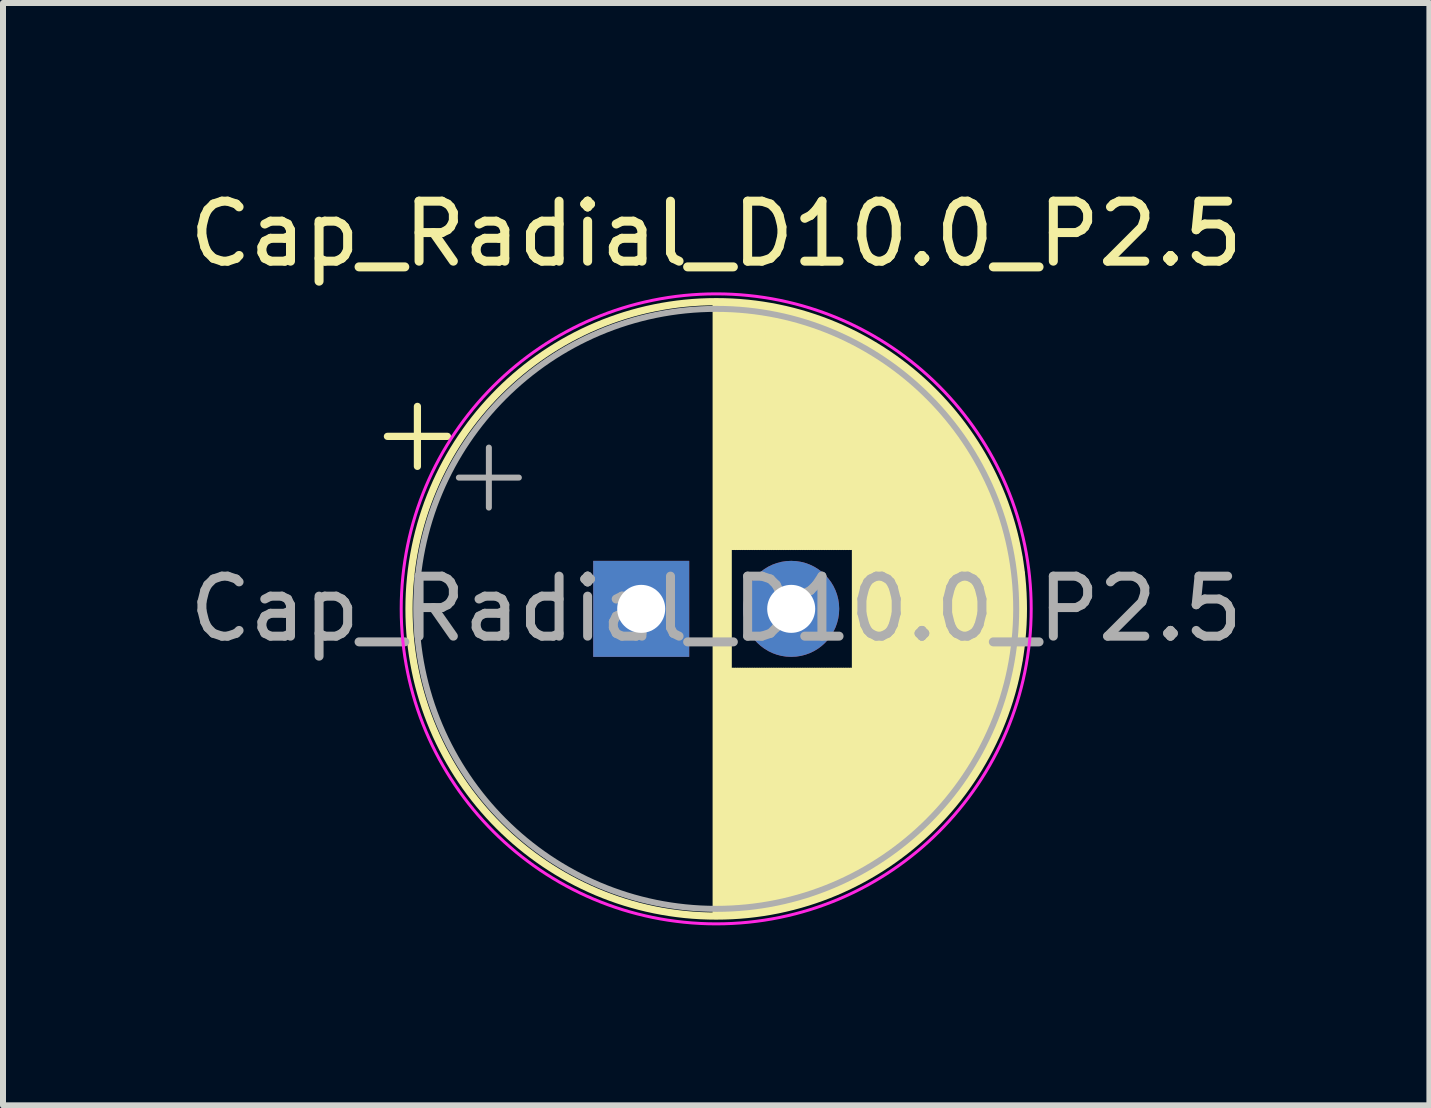
<source format=kicad_pcb>
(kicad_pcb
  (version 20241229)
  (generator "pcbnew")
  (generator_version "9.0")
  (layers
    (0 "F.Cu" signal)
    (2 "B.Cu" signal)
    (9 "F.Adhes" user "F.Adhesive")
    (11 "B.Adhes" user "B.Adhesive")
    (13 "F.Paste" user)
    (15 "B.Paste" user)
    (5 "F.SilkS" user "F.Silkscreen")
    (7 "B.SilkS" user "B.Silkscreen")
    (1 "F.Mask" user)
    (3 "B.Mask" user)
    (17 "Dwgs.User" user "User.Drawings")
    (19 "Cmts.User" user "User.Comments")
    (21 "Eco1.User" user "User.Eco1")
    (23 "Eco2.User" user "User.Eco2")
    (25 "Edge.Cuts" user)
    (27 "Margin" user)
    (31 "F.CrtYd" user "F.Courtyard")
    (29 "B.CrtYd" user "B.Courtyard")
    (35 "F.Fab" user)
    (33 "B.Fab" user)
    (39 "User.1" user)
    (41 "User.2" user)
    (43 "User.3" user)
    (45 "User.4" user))
  (footprint "Cap_Radial_D10.0_P2.5"
    (layer "F.Cu")
    (at 7.637 7.098)
    (property "Reference" "Cap_Radial_D10.0_P2.5" (at 1.25 -6.25 0) (layer "F.SilkS") (effects (font (size 1 1) (thickness 0.15))))
    (attr through_hole)
    (fp_line (start -4.23 -2.875) (end -3.23 -2.875) (stroke (width 0.12) (type solid)) (layer "F.SilkS"))
    (fp_line (start -3.73 -3.375) (end -3.73 -2.375) (stroke (width 0.12) (type solid)) (layer "F.SilkS"))
    (fp_line (start 1.25 -5.08) (end 1.25 5.08) (stroke (width 0.12) (type solid)) (layer "F.SilkS"))
    (fp_line (start 1.29 -5.08) (end 1.29 5.08) (stroke (width 0.12) (type solid)) (layer "F.SilkS"))
    (fp_line (start 1.33 -5.08) (end 1.33 5.08) (stroke (width 0.12) (type solid)) (layer "F.SilkS"))
    (fp_line (start 1.37 -5.079) (end 1.37 5.079) (stroke (width 0.12) (type solid)) (layer "F.SilkS"))
    (fp_line (start 1.41 -5.078) (end 1.41 5.078) (stroke (width 0.12) (type solid)) (layer "F.SilkS"))
    (fp_line (start 1.45 -5.077) (end 1.45 5.077) (stroke (width 0.12) (type solid)) (layer "F.SilkS"))
    (fp_line (start 1.49 -5.075) (end 1.49 -1.04) (stroke (width 0.12) (type solid)) (layer "F.SilkS"))
    (fp_line (start 1.49 1.04) (end 1.49 5.075) (stroke (width 0.12) (type solid)) (layer "F.SilkS"))
    (fp_line (start 1.53 -5.073) (end 1.53 -1.04) (stroke (width 0.12) (type solid)) (layer "F.SilkS"))
    (fp_line (start 1.53 1.04) (end 1.53 5.073) (stroke (width 0.12) (type solid)) (layer "F.SilkS"))
    (fp_line (start 1.57 -5.07) (end 1.57 -1.04) (stroke (width 0.12) (type solid)) (layer "F.SilkS"))
    (fp_line (start 1.57 1.04) (end 1.57 5.07) (stroke (width 0.12) (type solid)) (layer "F.SilkS"))
    (fp_line (start 1.61 -5.068) (end 1.61 -1.04) (stroke (width 0.12) (type solid)) (layer "F.SilkS"))
    (fp_line (start 1.61 1.04) (end 1.61 5.068) (stroke (width 0.12) (type solid)) (layer "F.SilkS"))
    (fp_line (start 1.65 -5.065) (end 1.65 -1.04) (stroke (width 0.12) (type solid)) (layer "F.SilkS"))
    (fp_line (start 1.65 1.04) (end 1.65 5.065) (stroke (width 0.12) (type solid)) (layer "F.SilkS"))
    (fp_line (start 1.69 -5.062) (end 1.69 -1.04) (stroke (width 0.12) (type solid)) (layer "F.SilkS"))
    (fp_line (start 1.69 1.04) (end 1.69 5.062) (stroke (width 0.12) (type solid)) (layer "F.SilkS"))
    (fp_line (start 1.73 -5.058) (end 1.73 -1.04) (stroke (width 0.12) (type solid)) (layer "F.SilkS"))
    (fp_line (start 1.73 1.04) (end 1.73 5.058) (stroke (width 0.12) (type solid)) (layer "F.SilkS"))
    (fp_line (start 1.77 -5.054) (end 1.77 -1.04) (stroke (width 0.12) (type solid)) (layer "F.SilkS"))
    (fp_line (start 1.77 1.04) (end 1.77 5.054) (stroke (width 0.12) (type solid)) (layer "F.SilkS"))
    (fp_line (start 1.81 -5.05) (end 1.81 -1.04) (stroke (width 0.12) (type solid)) (layer "F.SilkS"))
    (fp_line (start 1.81 1.04) (end 1.81 5.05) (stroke (width 0.12) (type solid)) (layer "F.SilkS"))
    (fp_line (start 1.85 -5.045) (end 1.85 -1.04) (stroke (width 0.12) (type solid)) (layer "F.SilkS"))
    (fp_line (start 1.85 1.04) (end 1.85 5.045) (stroke (width 0.12) (type solid)) (layer "F.SilkS"))
    (fp_line (start 1.89 -5.04) (end 1.89 -1.04) (stroke (width 0.12) (type solid)) (layer "F.SilkS"))
    (fp_line (start 1.89 1.04) (end 1.89 5.04) (stroke (width 0.12) (type solid)) (layer "F.SilkS"))
    (fp_line (start 1.93 -5.035) (end 1.93 -1.04) (stroke (width 0.12) (type solid)) (layer "F.SilkS"))
    (fp_line (start 1.93 1.04) (end 1.93 5.035) (stroke (width 0.12) (type solid)) (layer "F.SilkS"))
    (fp_line (start 1.971 -5.03) (end 1.971 -1.04) (stroke (width 0.12) (type solid)) (layer "F.SilkS"))
    (fp_line (start 1.971 1.04) (end 1.971 5.03) (stroke (width 0.12) (type solid)) (layer "F.SilkS"))
    (fp_line (start 2.011 -5.024) (end 2.011 -1.04) (stroke (width 0.12) (type solid)) (layer "F.SilkS"))
    (fp_line (start 2.011 1.04) (end 2.011 5.024) (stroke (width 0.12) (type solid)) (layer "F.SilkS"))
    (fp_line (start 2.051 -5.018) (end 2.051 -1.04) (stroke (width 0.12) (type solid)) (layer "F.SilkS"))
    (fp_line (start 2.051 1.04) (end 2.051 5.018) (stroke (width 0.12) (type solid)) (layer "F.SilkS"))
    (fp_line (start 2.091 -5.011) (end 2.091 -1.04) (stroke (width 0.12) (type solid)) (layer "F.SilkS"))
    (fp_line (start 2.091 1.04) (end 2.091 5.011) (stroke (width 0.12) (type solid)) (layer "F.SilkS"))
    (fp_line (start 2.131 -5.004) (end 2.131 -1.04) (stroke (width 0.12) (type solid)) (layer "F.SilkS"))
    (fp_line (start 2.131 1.04) (end 2.131 5.004) (stroke (width 0.12) (type solid)) (layer "F.SilkS"))
    (fp_line (start 2.171 -4.997) (end 2.171 -1.04) (stroke (width 0.12) (type solid)) (layer "F.SilkS"))
    (fp_line (start 2.171 1.04) (end 2.171 4.997) (stroke (width 0.12) (type solid)) (layer "F.SilkS"))
    (fp_line (start 2.211 -4.99) (end 2.211 -1.04) (stroke (width 0.12) (type solid)) (layer "F.SilkS"))
    (fp_line (start 2.211 1.04) (end 2.211 4.99) (stroke (width 0.12) (type solid)) (layer "F.SilkS"))
    (fp_line (start 2.251 -4.982) (end 2.251 -1.04) (stroke (width 0.12) (type solid)) (layer "F.SilkS"))
    (fp_line (start 2.251 1.04) (end 2.251 4.982) (stroke (width 0.12) (type solid)) (layer "F.SilkS"))
    (fp_line (start 2.291 -4.974) (end 2.291 -1.04) (stroke (width 0.12) (type solid)) (layer "F.SilkS"))
    (fp_line (start 2.291 1.04) (end 2.291 4.974) (stroke (width 0.12) (type solid)) (layer "F.SilkS"))
    (fp_line (start 2.331 -4.965) (end 2.331 -1.04) (stroke (width 0.12) (type solid)) (layer "F.SilkS"))
    (fp_line (start 2.331 1.04) (end 2.331 4.965) (stroke (width 0.12) (type solid)) (layer "F.SilkS"))
    (fp_line (start 2.371 -4.956) (end 2.371 -1.04) (stroke (width 0.12) (type solid)) (layer "F.SilkS"))
    (fp_line (start 2.371 1.04) (end 2.371 4.956) (stroke (width 0.12) (type solid)) (layer "F.SilkS"))
    (fp_line (start 2.411 -4.947) (end 2.411 -1.04) (stroke (width 0.12) (type solid)) (layer "F.SilkS"))
    (fp_line (start 2.411 1.04) (end 2.411 4.947) (stroke (width 0.12) (type solid)) (layer "F.SilkS"))
    (fp_line (start 2.451 -4.938) (end 2.451 -1.04) (stroke (width 0.12) (type solid)) (layer "F.SilkS"))
    (fp_line (start 2.451 1.04) (end 2.451 4.938) (stroke (width 0.12) (type solid)) (layer "F.SilkS"))
    (fp_line (start 2.491 -4.928) (end 2.491 -1.04) (stroke (width 0.12) (type solid)) (layer "F.SilkS"))
    (fp_line (start 2.491 1.04) (end 2.491 4.928) (stroke (width 0.12) (type solid)) (layer "F.SilkS"))
    (fp_line (start 2.531 -4.918) (end 2.531 -1.04) (stroke (width 0.12) (type solid)) (layer "F.SilkS"))
    (fp_line (start 2.531 1.04) (end 2.531 4.918) (stroke (width 0.12) (type solid)) (layer "F.SilkS"))
    (fp_line (start 2.571 -4.907) (end 2.571 -1.04) (stroke (width 0.12) (type solid)) (layer "F.SilkS"))
    (fp_line (start 2.571 1.04) (end 2.571 4.907) (stroke (width 0.12) (type solid)) (layer "F.SilkS"))
    (fp_line (start 2.611 -4.897) (end 2.611 -1.04) (stroke (width 0.12) (type solid)) (layer "F.SilkS"))
    (fp_line (start 2.611 1.04) (end 2.611 4.897) (stroke (width 0.12) (type solid)) (layer "F.SilkS"))
    (fp_line (start 2.651 -4.885) (end 2.651 -1.04) (stroke (width 0.12) (type solid)) (layer "F.SilkS"))
    (fp_line (start 2.651 1.04) (end 2.651 4.885) (stroke (width 0.12) (type solid)) (layer "F.SilkS"))
    (fp_line (start 2.691 -4.874) (end 2.691 -1.04) (stroke (width 0.12) (type solid)) (layer "F.SilkS"))
    (fp_line (start 2.691 1.04) (end 2.691 4.874) (stroke (width 0.12) (type solid)) (layer "F.SilkS"))
    (fp_line (start 2.731 -4.862) (end 2.731 -1.04) (stroke (width 0.12) (type solid)) (layer "F.SilkS"))
    (fp_line (start 2.731 1.04) (end 2.731 4.862) (stroke (width 0.12) (type solid)) (layer "F.SilkS"))
    (fp_line (start 2.771 -4.85) (end 2.771 -1.04) (stroke (width 0.12) (type solid)) (layer "F.SilkS"))
    (fp_line (start 2.771 1.04) (end 2.771 4.85) (stroke (width 0.12) (type solid)) (layer "F.SilkS"))
    (fp_line (start 2.811 -4.837) (end 2.811 -1.04) (stroke (width 0.12) (type solid)) (layer "F.SilkS"))
    (fp_line (start 2.811 1.04) (end 2.811 4.837) (stroke (width 0.12) (type solid)) (layer "F.SilkS"))
    (fp_line (start 2.851 -4.824) (end 2.851 -1.04) (stroke (width 0.12) (type solid)) (layer "F.SilkS"))
    (fp_line (start 2.851 1.04) (end 2.851 4.824) (stroke (width 0.12) (type solid)) (layer "F.SilkS"))
    (fp_line (start 2.891 -4.811) (end 2.891 -1.04) (stroke (width 0.12) (type solid)) (layer "F.SilkS"))
    (fp_line (start 2.891 1.04) (end 2.891 4.811) (stroke (width 0.12) (type solid)) (layer "F.SilkS"))
    (fp_line (start 2.931 -4.797) (end 2.931 -1.04) (stroke (width 0.12) (type solid)) (layer "F.SilkS"))
    (fp_line (start 2.931 1.04) (end 2.931 4.797) (stroke (width 0.12) (type solid)) (layer "F.SilkS"))
    (fp_line (start 2.971 -4.783) (end 2.971 -1.04) (stroke (width 0.12) (type solid)) (layer "F.SilkS"))
    (fp_line (start 2.971 1.04) (end 2.971 4.783) (stroke (width 0.12) (type solid)) (layer "F.SilkS"))
    (fp_line (start 3.011 -4.768) (end 3.011 -1.04) (stroke (width 0.12) (type solid)) (layer "F.SilkS"))
    (fp_line (start 3.011 1.04) (end 3.011 4.768) (stroke (width 0.12) (type solid)) (layer "F.SilkS"))
    (fp_line (start 3.051 -4.754) (end 3.051 -1.04) (stroke (width 0.12) (type solid)) (layer "F.SilkS"))
    (fp_line (start 3.051 1.04) (end 3.051 4.754) (stroke (width 0.12) (type solid)) (layer "F.SilkS"))
    (fp_line (start 3.091 -4.738) (end 3.091 -1.04) (stroke (width 0.12) (type solid)) (layer "F.SilkS"))
    (fp_line (start 3.091 1.04) (end 3.091 4.738) (stroke (width 0.12) (type solid)) (layer "F.SilkS"))
    (fp_line (start 3.131 -4.723) (end 3.131 -1.04) (stroke (width 0.12) (type solid)) (layer "F.SilkS"))
    (fp_line (start 3.131 1.04) (end 3.131 4.723) (stroke (width 0.12) (type solid)) (layer "F.SilkS"))
    (fp_line (start 3.171 -4.707) (end 3.171 -1.04) (stroke (width 0.12) (type solid)) (layer "F.SilkS"))
    (fp_line (start 3.171 1.04) (end 3.171 4.707) (stroke (width 0.12) (type solid)) (layer "F.SilkS"))
    (fp_line (start 3.211 -4.69) (end 3.211 -1.04) (stroke (width 0.12) (type solid)) (layer "F.SilkS"))
    (fp_line (start 3.211 1.04) (end 3.211 4.69) (stroke (width 0.12) (type solid)) (layer "F.SilkS"))
    (fp_line (start 3.251 -4.674) (end 3.251 -1.04) (stroke (width 0.12) (type solid)) (layer "F.SilkS"))
    (fp_line (start 3.251 1.04) (end 3.251 4.674) (stroke (width 0.12) (type solid)) (layer "F.SilkS"))
    (fp_line (start 3.291 -4.657) (end 3.291 -1.04) (stroke (width 0.12) (type solid)) (layer "F.SilkS"))
    (fp_line (start 3.291 1.04) (end 3.291 4.657) (stroke (width 0.12) (type solid)) (layer "F.SilkS"))
    (fp_line (start 3.331 -4.639) (end 3.331 -1.04) (stroke (width 0.12) (type solid)) (layer "F.SilkS"))
    (fp_line (start 3.331 1.04) (end 3.331 4.639) (stroke (width 0.12) (type solid)) (layer "F.SilkS"))
    (fp_line (start 3.371 -4.621) (end 3.371 -1.04) (stroke (width 0.12) (type solid)) (layer "F.SilkS"))
    (fp_line (start 3.371 1.04) (end 3.371 4.621) (stroke (width 0.12) (type solid)) (layer "F.SilkS"))
    (fp_line (start 3.411 -4.603) (end 3.411 -1.04) (stroke (width 0.12) (type solid)) (layer "F.SilkS"))
    (fp_line (start 3.411 1.04) (end 3.411 4.603) (stroke (width 0.12) (type solid)) (layer "F.SilkS"))
    (fp_line (start 3.451 -4.584) (end 3.451 -1.04) (stroke (width 0.12) (type solid)) (layer "F.SilkS"))
    (fp_line (start 3.451 1.04) (end 3.451 4.584) (stroke (width 0.12) (type solid)) (layer "F.SilkS"))
    (fp_line (start 3.491 -4.564) (end 3.491 -1.04) (stroke (width 0.12) (type solid)) (layer "F.SilkS"))
    (fp_line (start 3.491 1.04) (end 3.491 4.564) (stroke (width 0.12) (type solid)) (layer "F.SilkS"))
    (fp_line (start 3.531 -4.545) (end 3.531 -1.04) (stroke (width 0.12) (type solid)) (layer "F.SilkS"))
    (fp_line (start 3.531 1.04) (end 3.531 4.545) (stroke (width 0.12) (type solid)) (layer "F.SilkS"))
    (fp_line (start 3.571 -4.525) (end 3.571 4.525) (stroke (width 0.12) (type solid)) (layer "F.SilkS"))
    (fp_line (start 3.611 -4.504) (end 3.611 4.504) (stroke (width 0.12) (type solid)) (layer "F.SilkS"))
    (fp_line (start 3.651 -4.483) (end 3.651 4.483) (stroke (width 0.12) (type solid)) (layer "F.SilkS"))
    (fp_line (start 3.691 -4.462) (end 3.691 4.462) (stroke (width 0.12) (type solid)) (layer "F.SilkS"))
    (fp_line (start 3.731 -4.44) (end 3.731 4.44) (stroke (width 0.12) (type solid)) (layer "F.SilkS"))
    (fp_line (start 3.771 -4.417) (end 3.771 4.417) (stroke (width 0.12) (type solid)) (layer "F.SilkS"))
    (fp_line (start 3.811 -4.395) (end 3.811 4.395) (stroke (width 0.12) (type solid)) (layer "F.SilkS"))
    (fp_line (start 3.851 -4.371) (end 3.851 4.371) (stroke (width 0.12) (type solid)) (layer "F.SilkS"))
    (fp_line (start 3.891 -4.347) (end 3.891 4.347) (stroke (width 0.12) (type solid)) (layer "F.SilkS"))
    (fp_line (start 3.931 -4.323) (end 3.931 4.323) (stroke (width 0.12) (type solid)) (layer "F.SilkS"))
    (fp_line (start 3.971 -4.298) (end 3.971 4.298) (stroke (width 0.12) (type solid)) (layer "F.SilkS"))
    (fp_line (start 4.011 -4.273) (end 4.011 4.273) (stroke (width 0.12) (type solid)) (layer "F.SilkS"))
    (fp_line (start 4.051 -4.247) (end 4.051 4.247) (stroke (width 0.12) (type solid)) (layer "F.SilkS"))
    (fp_line (start 4.091 -4.221) (end 4.091 4.221) (stroke (width 0.12) (type solid)) (layer "F.SilkS"))
    (fp_line (start 4.131 -4.194) (end 4.131 4.194) (stroke (width 0.12) (type solid)) (layer "F.SilkS"))
    (fp_line (start 4.171 -4.166) (end 4.171 4.166) (stroke (width 0.12) (type solid)) (layer "F.SilkS"))
    (fp_line (start 4.211 -4.138) (end 4.211 4.138) (stroke (width 0.12) (type solid)) (layer "F.SilkS"))
    (fp_line (start 4.251 -4.11) (end 4.251 4.11) (stroke (width 0.12) (type solid)) (layer "F.SilkS"))
    (fp_line (start 4.291 -4.08) (end 4.291 4.08) (stroke (width 0.12) (type solid)) (layer "F.SilkS"))
    (fp_line (start 4.331 -4.05) (end 4.331 4.05) (stroke (width 0.12) (type solid)) (layer "F.SilkS"))
    (fp_line (start 4.371 -4.02) (end 4.371 4.02) (stroke (width 0.12) (type solid)) (layer "F.SilkS"))
    (fp_line (start 4.411 -3.989) (end 4.411 3.989) (stroke (width 0.12) (type solid)) (layer "F.SilkS"))
    (fp_line (start 4.451 -3.957) (end 4.451 3.957) (stroke (width 0.12) (type solid)) (layer "F.SilkS"))
    (fp_line (start 4.491 -3.925) (end 4.491 3.925) (stroke (width 0.12) (type solid)) (layer "F.SilkS"))
    (fp_line (start 4.531 -3.892) (end 4.531 3.892) (stroke (width 0.12) (type solid)) (layer "F.SilkS"))
    (fp_line (start 4.571 -3.858) (end 4.571 3.858) (stroke (width 0.12) (type solid)) (layer "F.SilkS"))
    (fp_line (start 4.611 -3.824) (end 4.611 3.824) (stroke (width 0.12) (type solid)) (layer "F.SilkS"))
    (fp_line (start 4.651 -3.789) (end 4.651 3.789) (stroke (width 0.12) (type solid)) (layer "F.SilkS"))
    (fp_line (start 4.691 -3.753) (end 4.691 3.753) (stroke (width 0.12) (type solid)) (layer "F.SilkS"))
    (fp_line (start 4.731 -3.716) (end 4.731 3.716) (stroke (width 0.12) (type solid)) (layer "F.SilkS"))
    (fp_line (start 4.771 -3.679) (end 4.771 3.679) (stroke (width 0.12) (type solid)) (layer "F.SilkS"))
    (fp_line (start 4.811 -3.64) (end 4.811 3.64) (stroke (width 0.12) (type solid)) (layer "F.SilkS"))
    (fp_line (start 4.851 -3.601) (end 4.851 3.601) (stroke (width 0.12) (type solid)) (layer "F.SilkS"))
    (fp_line (start 4.891 -3.561) (end 4.891 3.561) (stroke (width 0.12) (type solid)) (layer "F.SilkS"))
    (fp_line (start 4.931 -3.52) (end 4.931 3.52) (stroke (width 0.12) (type solid)) (layer "F.SilkS"))
    (fp_line (start 4.971 -3.478) (end 4.971 3.478) (stroke (width 0.12) (type solid)) (layer "F.SilkS"))
    (fp_line (start 5.011 -3.436) (end 5.011 3.436) (stroke (width 0.12) (type solid)) (layer "F.SilkS"))
    (fp_line (start 5.051 -3.392) (end 5.051 3.392) (stroke (width 0.12) (type solid)) (layer "F.SilkS"))
    (fp_line (start 5.091 -3.347) (end 5.091 3.347) (stroke (width 0.12) (type solid)) (layer "F.SilkS"))
    (fp_line (start 5.131 -3.301) (end 5.131 3.301) (stroke (width 0.12) (type solid)) (layer "F.SilkS"))
    (fp_line (start 5.171 -3.254) (end 5.171 3.254) (stroke (width 0.12) (type solid)) (layer "F.SilkS"))
    (fp_line (start 5.211 -3.206) (end 5.211 3.206) (stroke (width 0.12) (type solid)) (layer "F.SilkS"))
    (fp_line (start 5.251 -3.156) (end 5.251 3.156) (stroke (width 0.12) (type solid)) (layer "F.SilkS"))
    (fp_line (start 5.291 -3.106) (end 5.291 3.106) (stroke (width 0.12) (type solid)) (layer "F.SilkS"))
    (fp_line (start 5.331 -3.054) (end 5.331 3.054) (stroke (width 0.12) (type solid)) (layer "F.SilkS"))
    (fp_line (start 5.371 -3) (end 5.371 3) (stroke (width 0.12) (type solid)) (layer "F.SilkS"))
    (fp_line (start 5.411 -2.945) (end 5.411 2.945) (stroke (width 0.12) (type solid)) (layer "F.SilkS"))
    (fp_line (start 5.451 -2.889) (end 5.451 2.889) (stroke (width 0.12) (type solid)) (layer "F.SilkS"))
    (fp_line (start 5.491 -2.83) (end 5.491 2.83) (stroke (width 0.12) (type solid)) (layer "F.SilkS"))
    (fp_line (start 5.531 -2.77) (end 5.531 2.77) (stroke (width 0.12) (type solid)) (layer "F.SilkS"))
    (fp_line (start 5.571 -2.709) (end 5.571 2.709) (stroke (width 0.12) (type solid)) (layer "F.SilkS"))
    (fp_line (start 5.611 -2.645) (end 5.611 2.645) (stroke (width 0.12) (type solid)) (layer "F.SilkS"))
    (fp_line (start 5.651 -2.579) (end 5.651 2.579) (stroke (width 0.12) (type solid)) (layer "F.SilkS"))
    (fp_line (start 5.691 -2.51) (end 5.691 2.51) (stroke (width 0.12) (type solid)) (layer "F.SilkS"))
    (fp_line (start 5.731 -2.439) (end 5.731 2.439) (stroke (width 0.12) (type solid)) (layer "F.SilkS"))
    (fp_line (start 5.771 -2.365) (end 5.771 2.365) (stroke (width 0.12) (type solid)) (layer "F.SilkS"))
    (fp_line (start 5.811 -2.289) (end 5.811 2.289) (stroke (width 0.12) (type solid)) (layer "F.SilkS"))
    (fp_line (start 5.851 -2.209) (end 5.851 2.209) (stroke (width 0.12) (type solid)) (layer "F.SilkS"))
    (fp_line (start 5.891 -2.125) (end 5.891 2.125) (stroke (width 0.12) (type solid)) (layer "F.SilkS"))
    (fp_line (start 5.931 -2.037) (end 5.931 2.037) (stroke (width 0.12) (type solid)) (layer "F.SilkS"))
    (fp_line (start 5.971 -1.944) (end 5.971 1.944) (stroke (width 0.12) (type solid)) (layer "F.SilkS"))
    (fp_line (start 6.011 -1.846) (end 6.011 1.846) (stroke (width 0.12) (type solid)) (layer "F.SilkS"))
    (fp_line (start 6.051 -1.742) (end 6.051 1.742) (stroke (width 0.12) (type solid)) (layer "F.SilkS"))
    (fp_line (start 6.091 -1.63) (end 6.091 1.63) (stroke (width 0.12) (type solid)) (layer "F.SilkS"))
    (fp_line (start 6.131 -1.51) (end 6.131 1.51) (stroke (width 0.12) (type solid)) (layer "F.SilkS"))
    (fp_line (start 6.171 -1.378) (end 6.171 1.378) (stroke (width 0.12) (type solid)) (layer "F.SilkS"))
    (fp_line (start 6.211 -1.23) (end 6.211 1.23) (stroke (width 0.12) (type solid)) (layer "F.SilkS"))
    (fp_line (start 6.251 -1.062) (end 6.251 1.062) (stroke (width 0.12) (type solid)) (layer "F.SilkS"))
    (fp_line (start 6.291 -0.862) (end 6.291 0.862) (stroke (width 0.12) (type solid)) (layer "F.SilkS"))
    (fp_line (start 6.331 -0.599) (end 6.331 0.599) (stroke (width 0.12) (type solid)) (layer "F.SilkS"))
    (fp_circle (center 1.25 0) (end 6.37 0) (stroke (width 0.12) (type solid)) (fill no) (layer "F.SilkS"))
    (fp_circle (center 1.25 0) (end 6.5 0) (stroke (width 0.05) (type solid)) (fill no) (layer "F.CrtYd"))
    (fp_line (start -3.039 -2.188) (end -2.039 -2.188) (stroke (width 0.1) (type solid)) (layer "F.Fab"))
    (fp_line (start -2.539 -2.688) (end -2.539 -1.688) (stroke (width 0.1) (type solid)) (layer "F.Fab"))
    (fp_circle (center 1.25 0) (end 6.25 0) (stroke (width 0.1) (type solid)) (fill no) (layer "F.Fab"))
    (fp_text user "${REFERENCE}" (at 1.25 0 0) (layer "F.Fab") (effects (font (size 1 1) (thickness 0.15))))
    (pad "1" thru_hole rect (at 0 0) (size 1.6 1.6) (drill 0.8) (layers "*.Cu" "*.Mask"))
    (pad "2" thru_hole circle (at 2.5 0) (size 1.6 1.6) (drill 0.8) (layers "*.Cu" "*.Mask")))
  (gr_rect
    (start -3 -3)
    (end 20.774 15.373)
    (stroke (width 0.1) (type default))
    (fill no)
    (layer "Edge.Cuts")))
</source>
